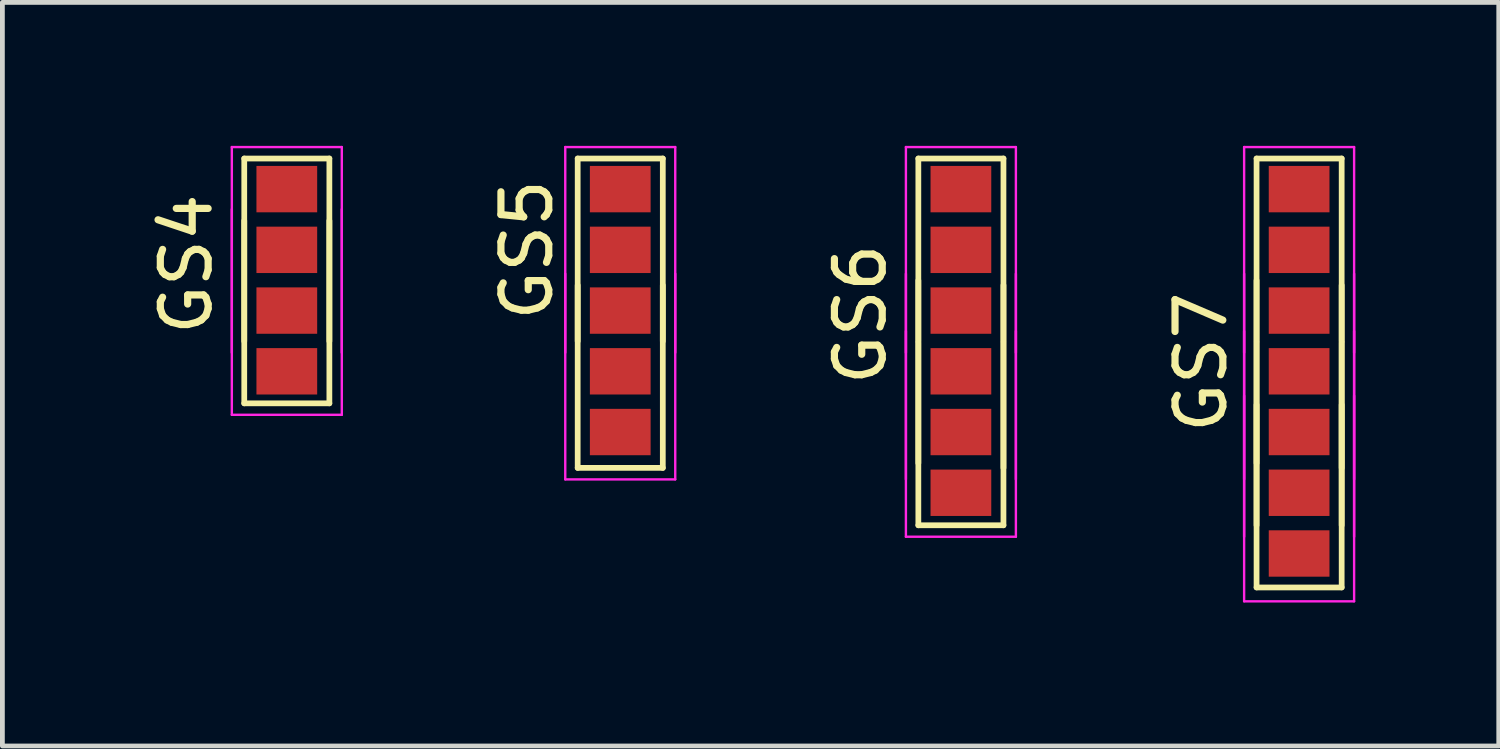
<source format=kicad_pcb>
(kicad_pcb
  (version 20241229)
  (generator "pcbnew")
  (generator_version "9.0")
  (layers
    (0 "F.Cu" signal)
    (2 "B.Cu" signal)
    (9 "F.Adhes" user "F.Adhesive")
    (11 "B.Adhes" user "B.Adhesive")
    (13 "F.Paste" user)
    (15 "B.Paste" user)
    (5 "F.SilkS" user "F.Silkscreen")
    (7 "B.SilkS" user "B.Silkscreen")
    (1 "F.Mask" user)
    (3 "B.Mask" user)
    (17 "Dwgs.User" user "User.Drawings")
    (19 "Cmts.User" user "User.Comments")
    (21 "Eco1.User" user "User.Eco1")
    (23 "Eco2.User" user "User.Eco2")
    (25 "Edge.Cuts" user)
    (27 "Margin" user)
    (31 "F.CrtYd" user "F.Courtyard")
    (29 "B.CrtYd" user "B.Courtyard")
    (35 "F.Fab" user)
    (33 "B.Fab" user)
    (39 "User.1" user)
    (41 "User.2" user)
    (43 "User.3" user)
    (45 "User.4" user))
  (footprint "GS6"
    (layer "F.Cu")
    (at 17.045 2.175)
    (property "Reference" "GS6" (at -2.1 1.35 90) (layer "F.SilkS") (effects (font (size 1 1) (thickness 0.15))))
    (attr smd)
    (fp_line (start -0.89 -1.91) (end -0.89 1.91) (stroke (width 0.12) (type solid)) (layer "F.SilkS"))
    (fp_line (start -0.89 -1.91) (end 0.89 -1.91) (stroke (width 0.12) (type solid)) (layer "F.SilkS"))
    (fp_line (start -0.89 0.64) (end -0.89 4.46) (stroke (width 0.12) (type solid)) (layer "F.SilkS"))
    (fp_line (start -0.89 1.94) (end -0.89 5.76) (stroke (width 0.12) (type solid)) (layer "F.SilkS"))
    (fp_line (start -0.89 5.76) (end 0.89 5.76) (stroke (width 0.12) (type solid)) (layer "F.SilkS"))
    (fp_line (start 0.89 1.91) (end 0.89 -1.91) (stroke (width 0.12) (type solid)) (layer "F.SilkS"))
    (fp_line (start 0.89 4.56) (end 0.89 0.74) (stroke (width 0.12) (type solid)) (layer "F.SilkS"))
    (fp_line (start 0.89 5.76) (end 0.89 1.94) (stroke (width 0.12) (type solid)) (layer "F.SilkS"))
    (fp_line (start -1.15 -2.15) (end 1.15 -2.15) (stroke (width 0.05) (type solid)) (layer "F.CrtYd"))
    (fp_line (start -1.15 2.15) (end -1.15 -2.15) (stroke (width 0.05) (type solid)) (layer "F.CrtYd"))
    (fp_line (start -1.15 4.8) (end -1.15 0.5) (stroke (width 0.05) (type solid)) (layer "F.CrtYd"))
    (fp_line (start -1.15 6) (end -1.15 1.7) (stroke (width 0.05) (type solid)) (layer "F.CrtYd"))
    (fp_line (start 1.15 -2.15) (end 1.15 2.15) (stroke (width 0.05) (type solid)) (layer "F.CrtYd"))
    (fp_line (start 1.15 0.5) (end 1.15 4.8) (stroke (width 0.05) (type solid)) (layer "F.CrtYd"))
    (fp_line (start 1.15 1.7) (end 1.15 6) (stroke (width 0.05) (type solid)) (layer "F.CrtYd"))
    (fp_line (start 1.15 6) (end -1.15 6) (stroke (width 0.05) (type solid)) (layer "F.CrtYd"))
    (pad "1" smd rect (at 0 -1.27) (size 1.27 0.97) (layers "F.Cu" "F.Mask" "F.Paste"))
    (pad "2" smd rect (at 0 0) (size 1.27 0.97) (layers "F.Cu" "F.Mask" "F.Paste"))
    (pad "3" smd rect (at 0 1.27) (size 1.27 0.97) (layers "F.Cu" "F.Mask" "F.Paste"))
    (pad "4" smd rect (at 0 2.54) (size 1.27 0.97) (layers "F.Cu" "F.Mask" "F.Paste"))
    (pad "5" smd rect (at 0 3.81) (size 1.27 0.97) (layers "F.Cu" "F.Mask" "F.Paste"))
    (pad "6" smd rect (at 0 5.08) (size 1.27 0.97) (layers "F.Cu" "F.Mask" "F.Paste")))
  (footprint "GS4"
    (layer "F.Cu")
    (at 2.948 2.175)
    (property "Reference" "GS4" (at -2.1 0.3 90) (layer "F.SilkS") (effects (font (size 1 1) (thickness 0.15))))
    (attr smd)
    (fp_line (start -0.89 -1.91) (end -0.89 1.91) (stroke (width 0.12) (type solid)) (layer "F.SilkS"))
    (fp_line (start -0.89 -1.91) (end 0.89 -1.91) (stroke (width 0.12) (type solid)) (layer "F.SilkS"))
    (fp_line (start -0.89 -0.61) (end -0.89 3.21) (stroke (width 0.12) (type solid)) (layer "F.SilkS"))
    (fp_line (start -0.89 3.21) (end 0.89 3.21) (stroke (width 0.12) (type solid)) (layer "F.SilkS"))
    (fp_line (start 0.89 1.91) (end 0.89 -1.91) (stroke (width 0.12) (type solid)) (layer "F.SilkS"))
    (fp_line (start 0.89 3.21) (end 0.89 -0.61) (stroke (width 0.12) (type solid)) (layer "F.SilkS"))
    (fp_line (start -1.15 -2.15) (end 1.15 -2.15) (stroke (width 0.05) (type solid)) (layer "F.CrtYd"))
    (fp_line (start -1.15 2.15) (end -1.15 -2.15) (stroke (width 0.05) (type solid)) (layer "F.CrtYd"))
    (fp_line (start -1.15 3.45) (end -1.15 -0.85) (stroke (width 0.05) (type solid)) (layer "F.CrtYd"))
    (fp_line (start 1.15 -2.15) (end 1.15 2.15) (stroke (width 0.05) (type solid)) (layer "F.CrtYd"))
    (fp_line (start 1.15 -0.85) (end 1.15 3.45) (stroke (width 0.05) (type solid)) (layer "F.CrtYd"))
    (fp_line (start 1.15 3.45) (end -1.15 3.45) (stroke (width 0.05) (type solid)) (layer "F.CrtYd"))
    (pad "1" smd rect (at 0 -1.27) (size 1.27 0.97) (layers "F.Cu" "F.Mask" "F.Paste"))
    (pad "2" smd rect (at 0 0) (size 1.27 0.97) (layers "F.Cu" "F.Mask" "F.Paste"))
    (pad "3" smd rect (at 0 1.27) (size 1.27 0.97) (layers "F.Cu" "F.Mask" "F.Paste"))
    (pad "4" smd rect (at 0 2.54) (size 1.27 0.97) (layers "F.Cu" "F.Mask" "F.Paste")))
  (footprint "GS7"
    (layer "F.Cu")
    (at 24.118 2.175)
    (property "Reference" "GS7" (at -2.05 2.35 90) (layer "F.SilkS") (effects (font (size 1 1) (thickness 0.15))))
    (attr smd)
    (fp_line (start -0.89 -1.91) (end -0.89 1.91) (stroke (width 0.12) (type solid)) (layer "F.SilkS"))
    (fp_line (start -0.89 -1.91) (end 0.89 -1.91) (stroke (width 0.12) (type solid)) (layer "F.SilkS"))
    (fp_line (start -0.89 0.64) (end -0.89 4.46) (stroke (width 0.12) (type solid)) (layer "F.SilkS"))
    (fp_line (start -0.89 1.94) (end -0.89 5.76) (stroke (width 0.12) (type solid)) (layer "F.SilkS"))
    (fp_line (start -0.89 3.24) (end -0.89 7.06) (stroke (width 0.12) (type solid)) (layer "F.SilkS"))
    (fp_line (start -0.89 7.06) (end 0.89 7.06) (stroke (width 0.12) (type solid)) (layer "F.SilkS"))
    (fp_line (start 0.89 1.91) (end 0.89 -1.91) (stroke (width 0.12) (type solid)) (layer "F.SilkS"))
    (fp_line (start 0.89 4.56) (end 0.89 0.74) (stroke (width 0.12) (type solid)) (layer "F.SilkS"))
    (fp_line (start 0.89 5.76) (end 0.89 1.94) (stroke (width 0.12) (type solid)) (layer "F.SilkS"))
    (fp_line (start 0.89 7.06) (end 0.89 3.24) (stroke (width 0.12) (type solid)) (layer "F.SilkS"))
    (fp_line (start -1.15 -2.15) (end 1.15 -2.15) (stroke (width 0.05) (type solid)) (layer "F.CrtYd"))
    (fp_line (start -1.15 2.15) (end -1.15 -2.15) (stroke (width 0.05) (type solid)) (layer "F.CrtYd"))
    (fp_line (start -1.15 4.8) (end -1.15 0.5) (stroke (width 0.05) (type solid)) (layer "F.CrtYd"))
    (fp_line (start -1.15 6) (end -1.15 1.7) (stroke (width 0.05) (type solid)) (layer "F.CrtYd"))
    (fp_line (start -1.15 7.35) (end -1.15 3.05) (stroke (width 0.05) (type solid)) (layer "F.CrtYd"))
    (fp_line (start 1.15 -2.15) (end 1.15 2.15) (stroke (width 0.05) (type solid)) (layer "F.CrtYd"))
    (fp_line (start 1.15 0.5) (end 1.15 4.8) (stroke (width 0.05) (type solid)) (layer "F.CrtYd"))
    (fp_line (start 1.15 1.7) (end 1.15 6) (stroke (width 0.05) (type solid)) (layer "F.CrtYd"))
    (fp_line (start 1.15 3.05) (end 1.15 7.35) (stroke (width 0.05) (type solid)) (layer "F.CrtYd"))
    (fp_line (start 1.15 7.35) (end -1.15 7.35) (stroke (width 0.05) (type solid)) (layer "F.CrtYd"))
    (pad "1" smd rect (at 0 -1.27) (size 1.27 0.97) (layers "F.Cu" "F.Mask" "F.Paste"))
    (pad "2" smd rect (at 0 0) (size 1.27 0.97) (layers "F.Cu" "F.Mask" "F.Paste"))
    (pad "3" smd rect (at 0 1.27) (size 1.27 0.97) (layers "F.Cu" "F.Mask" "F.Paste"))
    (pad "4" smd rect (at 0 2.54) (size 1.27 0.97) (layers "F.Cu" "F.Mask" "F.Paste"))
    (pad "5" smd rect (at 0 3.81) (size 1.27 0.97) (layers "F.Cu" "F.Mask" "F.Paste"))
    (pad "6" smd rect (at 0 5.08) (size 1.27 0.97) (layers "F.Cu" "F.Mask" "F.Paste"))
    (pad "7" smd rect (at 0 6.35) (size 1.27 0.97) (layers "F.Cu" "F.Mask" "F.Paste")))
  (footprint "GS5"
    (layer "F.Cu")
    (at 9.921 2.175)
    (property "Reference" "GS5" (at -1.95 0 90) (layer "F.SilkS") (effects (font (size 1 1) (thickness 0.15))))
    (attr smd)
    (fp_line (start -0.89 -1.91) (end -0.89 1.91) (stroke (width 0.12) (type solid)) (layer "F.SilkS"))
    (fp_line (start -0.89 -1.91) (end 0.89 -1.91) (stroke (width 0.12) (type solid)) (layer "F.SilkS"))
    (fp_line (start -0.89 0.74) (end -0.89 4.56) (stroke (width 0.12) (type solid)) (layer "F.SilkS"))
    (fp_line (start -0.89 4.56) (end 0.89 4.56) (stroke (width 0.12) (type solid)) (layer "F.SilkS"))
    (fp_line (start 0.89 1.91) (end 0.89 -1.91) (stroke (width 0.12) (type solid)) (layer "F.SilkS"))
    (fp_line (start 0.89 4.56) (end 0.89 0.74) (stroke (width 0.12) (type solid)) (layer "F.SilkS"))
    (fp_line (start -1.15 -2.15) (end 1.15 -2.15) (stroke (width 0.05) (type solid)) (layer "F.CrtYd"))
    (fp_line (start -1.15 2.15) (end -1.15 -2.15) (stroke (width 0.05) (type solid)) (layer "F.CrtYd"))
    (fp_line (start -1.15 4.8) (end -1.15 0.5) (stroke (width 0.05) (type solid)) (layer "F.CrtYd"))
    (fp_line (start 1.15 -2.15) (end 1.15 2.15) (stroke (width 0.05) (type solid)) (layer "F.CrtYd"))
    (fp_line (start 1.15 0.5) (end 1.15 4.8) (stroke (width 0.05) (type solid)) (layer "F.CrtYd"))
    (fp_line (start 1.15 4.8) (end -1.15 4.8) (stroke (width 0.05) (type solid)) (layer "F.CrtYd"))
    (pad "1" smd rect (at 0 -1.27) (size 1.27 0.97) (layers "F.Cu" "F.Mask" "F.Paste"))
    (pad "2" smd rect (at 0 0) (size 1.27 0.97) (layers "F.Cu" "F.Mask" "F.Paste"))
    (pad "3" smd rect (at 0 1.27) (size 1.27 0.97) (layers "F.Cu" "F.Mask" "F.Paste"))
    (pad "4" smd rect (at 0 2.54) (size 1.27 0.97) (layers "F.Cu" "F.Mask" "F.Paste"))
    (pad "5" smd rect (at 0 3.81) (size 1.27 0.97) (layers "F.Cu" "F.Mask" "F.Paste")))
  (gr_rect
    (start -3 -3)
    (end 28.293 12.55)
    (stroke (width 0.1) (type default))
    (fill no)
    (layer "Edge.Cuts")))
</source>
